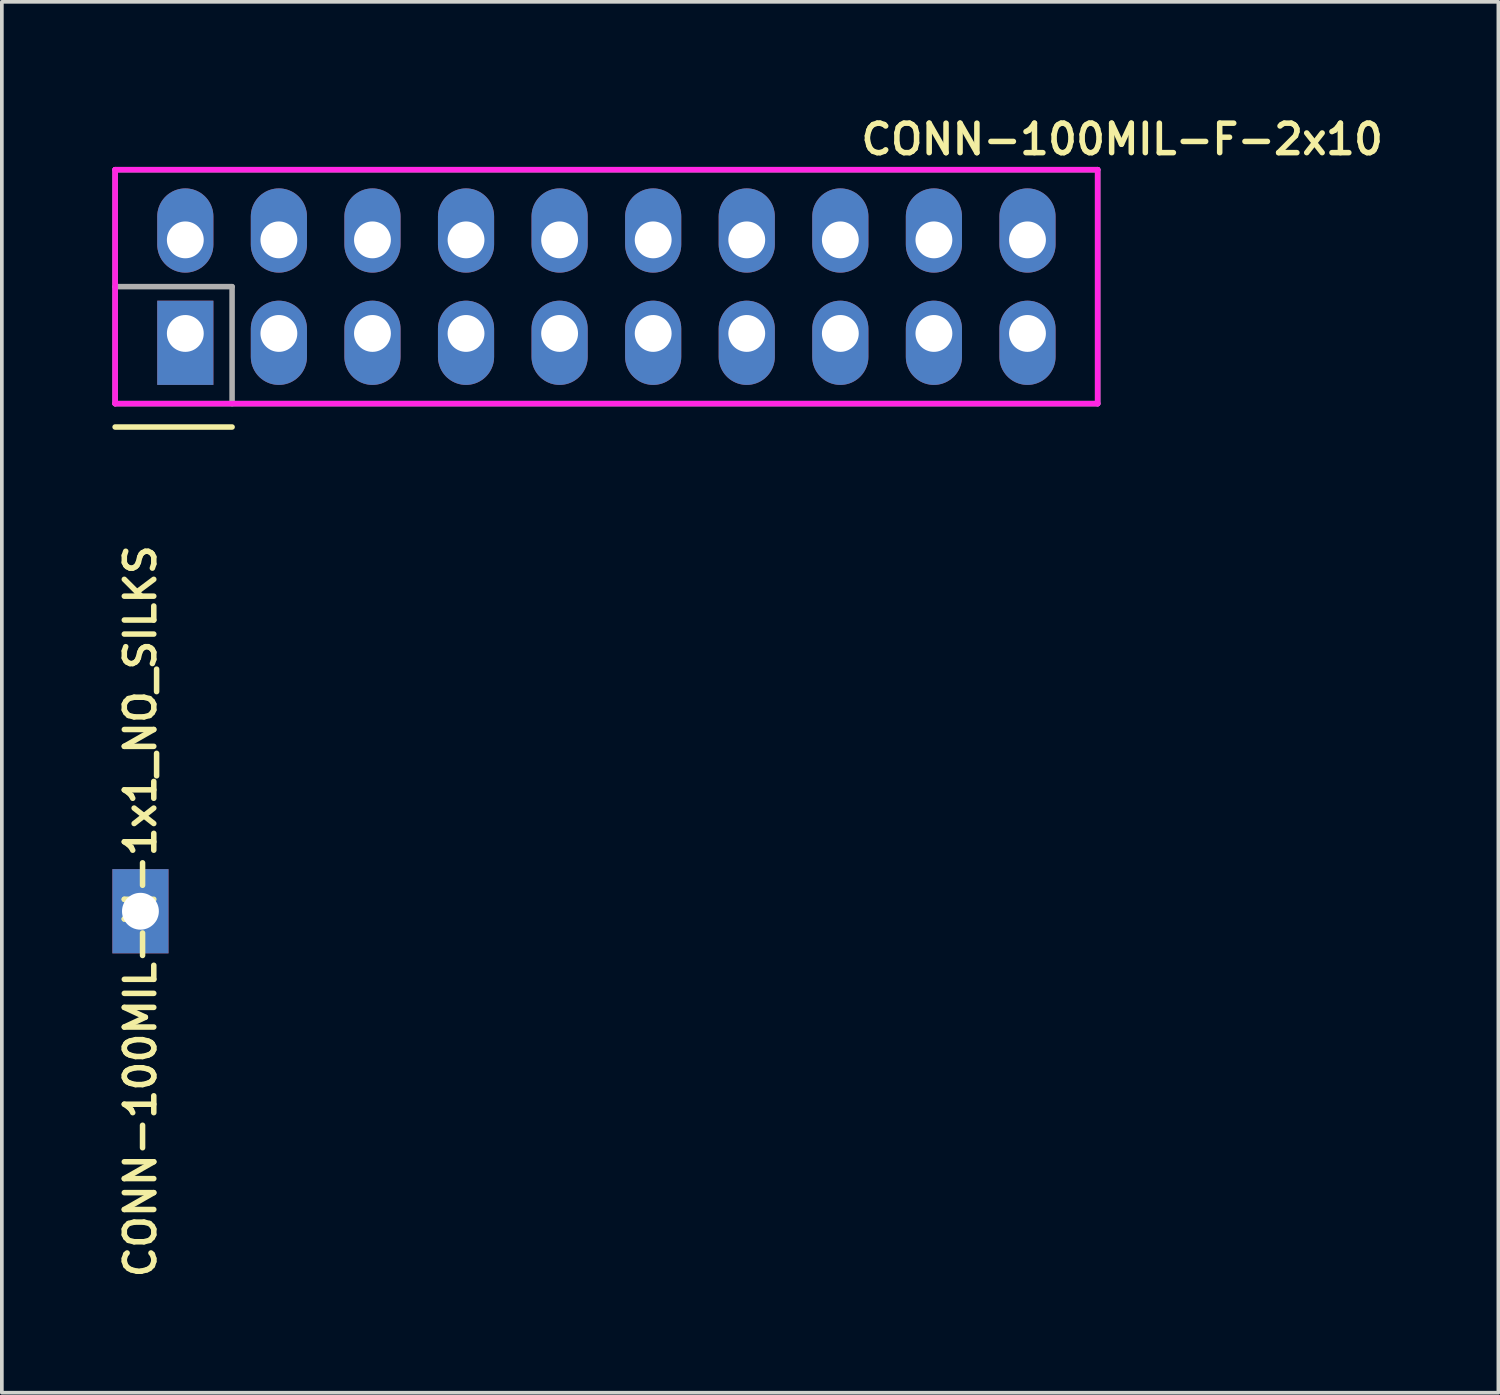
<source format=kicad_pcb>
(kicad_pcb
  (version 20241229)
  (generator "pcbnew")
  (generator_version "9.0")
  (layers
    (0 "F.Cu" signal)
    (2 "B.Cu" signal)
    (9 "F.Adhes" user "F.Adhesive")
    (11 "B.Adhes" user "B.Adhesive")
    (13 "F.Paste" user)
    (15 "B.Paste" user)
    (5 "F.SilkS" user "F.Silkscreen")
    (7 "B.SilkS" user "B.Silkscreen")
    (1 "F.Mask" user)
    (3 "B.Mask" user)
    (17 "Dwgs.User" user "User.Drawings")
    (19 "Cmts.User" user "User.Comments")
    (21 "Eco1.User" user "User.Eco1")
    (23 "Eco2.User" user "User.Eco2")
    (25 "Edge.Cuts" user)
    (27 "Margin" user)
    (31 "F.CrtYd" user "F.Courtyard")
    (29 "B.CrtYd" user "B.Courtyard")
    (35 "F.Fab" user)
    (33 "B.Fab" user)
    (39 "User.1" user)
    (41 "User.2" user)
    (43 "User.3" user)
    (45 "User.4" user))
  (footprint "CONN-100MIL-M-1x1_NO_SILKS"
    (layer "F.Cu")
    (at 0.762 21.685)
    (property "Reference" "CONN-100MIL-M-1x1_NO_SILKS" (at 0 0 90) (layer "F.SilkS") (effects (font (size 0.8 0.8) (thickness 0.15))))
    (attr through_hole)
    (pad "1" thru_hole rect (at 0 0) (size 1.524 2.286) (drill 1) (layers "*.Cu" "*.Mask")))
  (footprint "CONN-100MIL-F-2x10"
    (layer "F.Cu")
    (at 13.41 4.731)
    (property "Reference" "CONN-100MIL-F-2x10" (at 14 -4 0) (layer "F.SilkS") (effects (font (size 0.8 0.8) (thickness 0.15))))
    (attr through_hole)
    (fp_line (start -13.335 3.81) (end -10.16 3.81) (stroke (width 0.15) (type solid)) (layer "F.SilkS"))
    (fp_line (start -13.335 -3.175) (end 13.335 -3.175) (stroke (width 0.15) (type solid)) (layer "F.CrtYd"))
    (fp_line (start -13.335 3.175) (end -13.335 -3.175) (stroke (width 0.15) (type solid)) (layer "F.CrtYd"))
    (fp_line (start 13.335 -3.175) (end 13.335 3.175) (stroke (width 0.15) (type solid)) (layer "F.CrtYd"))
    (fp_line (start 13.335 3.175) (end -13.335 3.175) (stroke (width 0.15) (type solid)) (layer "F.CrtYd"))
    (fp_line (start -13.335 -3.175) (end 13.335 -3.175) (stroke (width 0.15) (type solid)) (layer "F.Fab"))
    (fp_line (start -13.335 0) (end -10.16 0) (stroke (width 0.15) (type solid)) (layer "F.Fab"))
    (fp_line (start -13.335 3.175) (end -13.335 -3.175) (stroke (width 0.15) (type solid)) (layer "F.Fab"))
    (fp_line (start -10.16 0) (end -10.16 3.175) (stroke (width 0.15) (type solid)) (layer "F.Fab"))
    (fp_line (start 13.335 -3.175) (end 13.335 3.175) (stroke (width 0.15) (type solid)) (layer "F.Fab"))
    (fp_line (start 13.335 3.175) (end -13.335 3.175) (stroke (width 0.15) (type solid)) (layer "F.Fab"))
    (pad "1" thru_hole rect (at -11.43 1.27) (size 1.524 2.286) (drill 1 (offset 0 0.254)) (layers "*.Cu" "*.Mask"))
    (pad "2" thru_hole oval (at -11.43 -1.27) (size 1.524 2.286) (drill 1 (offset 0 -0.254)) (layers "*.Cu" "*.Mask"))
    (pad "3" thru_hole oval (at -8.89 1.27) (size 1.524 2.286) (drill 1 (offset 0 0.254)) (layers "*.Cu" "*.Mask"))
    (pad "4" thru_hole oval (at -8.89 -1.27) (size 1.524 2.286) (drill 1 (offset 0 -0.254)) (layers "*.Cu" "*.Mask"))
    (pad "5" thru_hole oval (at -6.35 1.27) (size 1.524 2.286) (drill 1 (offset 0 0.254)) (layers "*.Cu" "*.Mask"))
    (pad "6" thru_hole oval (at -6.35 -1.27) (size 1.524 2.286) (drill 1 (offset 0 -0.254)) (layers "*.Cu" "*.Mask"))
    (pad "7" thru_hole oval (at -3.81 1.27) (size 1.524 2.286) (drill 1 (offset 0 0.254)) (layers "*.Cu" "*.Mask"))
    (pad "8" thru_hole oval (at -3.81 -1.27) (size 1.524 2.286) (drill 1 (offset 0 -0.254)) (layers "*.Cu" "*.Mask"))
    (pad "9" thru_hole oval (at -1.27 1.27) (size 1.524 2.286) (drill 1 (offset 0 0.254)) (layers "*.Cu" "*.Mask"))
    (pad "10" thru_hole oval (at -1.27 -1.27) (size 1.524 2.286) (drill 1 (offset 0 -0.254)) (layers "*.Cu" "*.Mask"))
    (pad "11" thru_hole oval (at 1.27 1.27) (size 1.524 2.286) (drill 1 (offset 0 0.254)) (layers "*.Cu" "*.Mask"))
    (pad "12" thru_hole oval (at 1.27 -1.27) (size 1.524 2.286) (drill 1 (offset 0 -0.254)) (layers "*.Cu" "*.Mask"))
    (pad "13" thru_hole oval (at 3.81 1.27) (size 1.524 2.286) (drill 1 (offset 0 0.254)) (layers "*.Cu" "*.Mask"))
    (pad "14" thru_hole oval (at 3.81 -1.27) (size 1.524 2.286) (drill 1 (offset 0 -0.254)) (layers "*.Cu" "*.Mask"))
    (pad "15" thru_hole oval (at 6.35 1.27) (size 1.524 2.286) (drill 1 (offset 0 0.254)) (layers "*.Cu" "*.Mask"))
    (pad "16" thru_hole oval (at 6.35 -1.27) (size 1.524 2.286) (drill 1 (offset 0 -0.254)) (layers "*.Cu" "*.Mask"))
    (pad "17" thru_hole oval (at 8.89 1.27) (size 1.524 2.286) (drill 1 (offset 0 0.254)) (layers "*.Cu" "*.Mask"))
    (pad "18" thru_hole oval (at 8.89 -1.27) (size 1.524 2.286) (drill 1 (offset 0 -0.254)) (layers "*.Cu" "*.Mask"))
    (pad "19" thru_hole oval (at 11.43 1.27) (size 1.524 2.286) (drill 1 (offset 0 0.254)) (layers "*.Cu" "*.Mask"))
    (pad "20" thru_hole oval (at 11.43 -1.27) (size 1.524 2.286) (drill 1 (offset 0 -0.254)) (layers "*.Cu" "*.Mask")))
  (gr_rect
    (start -3 -3)
    (end 37.622 34.754)
    (stroke (width 0.1) (type default))
    (fill no)
    (layer "Edge.Cuts")))
</source>
